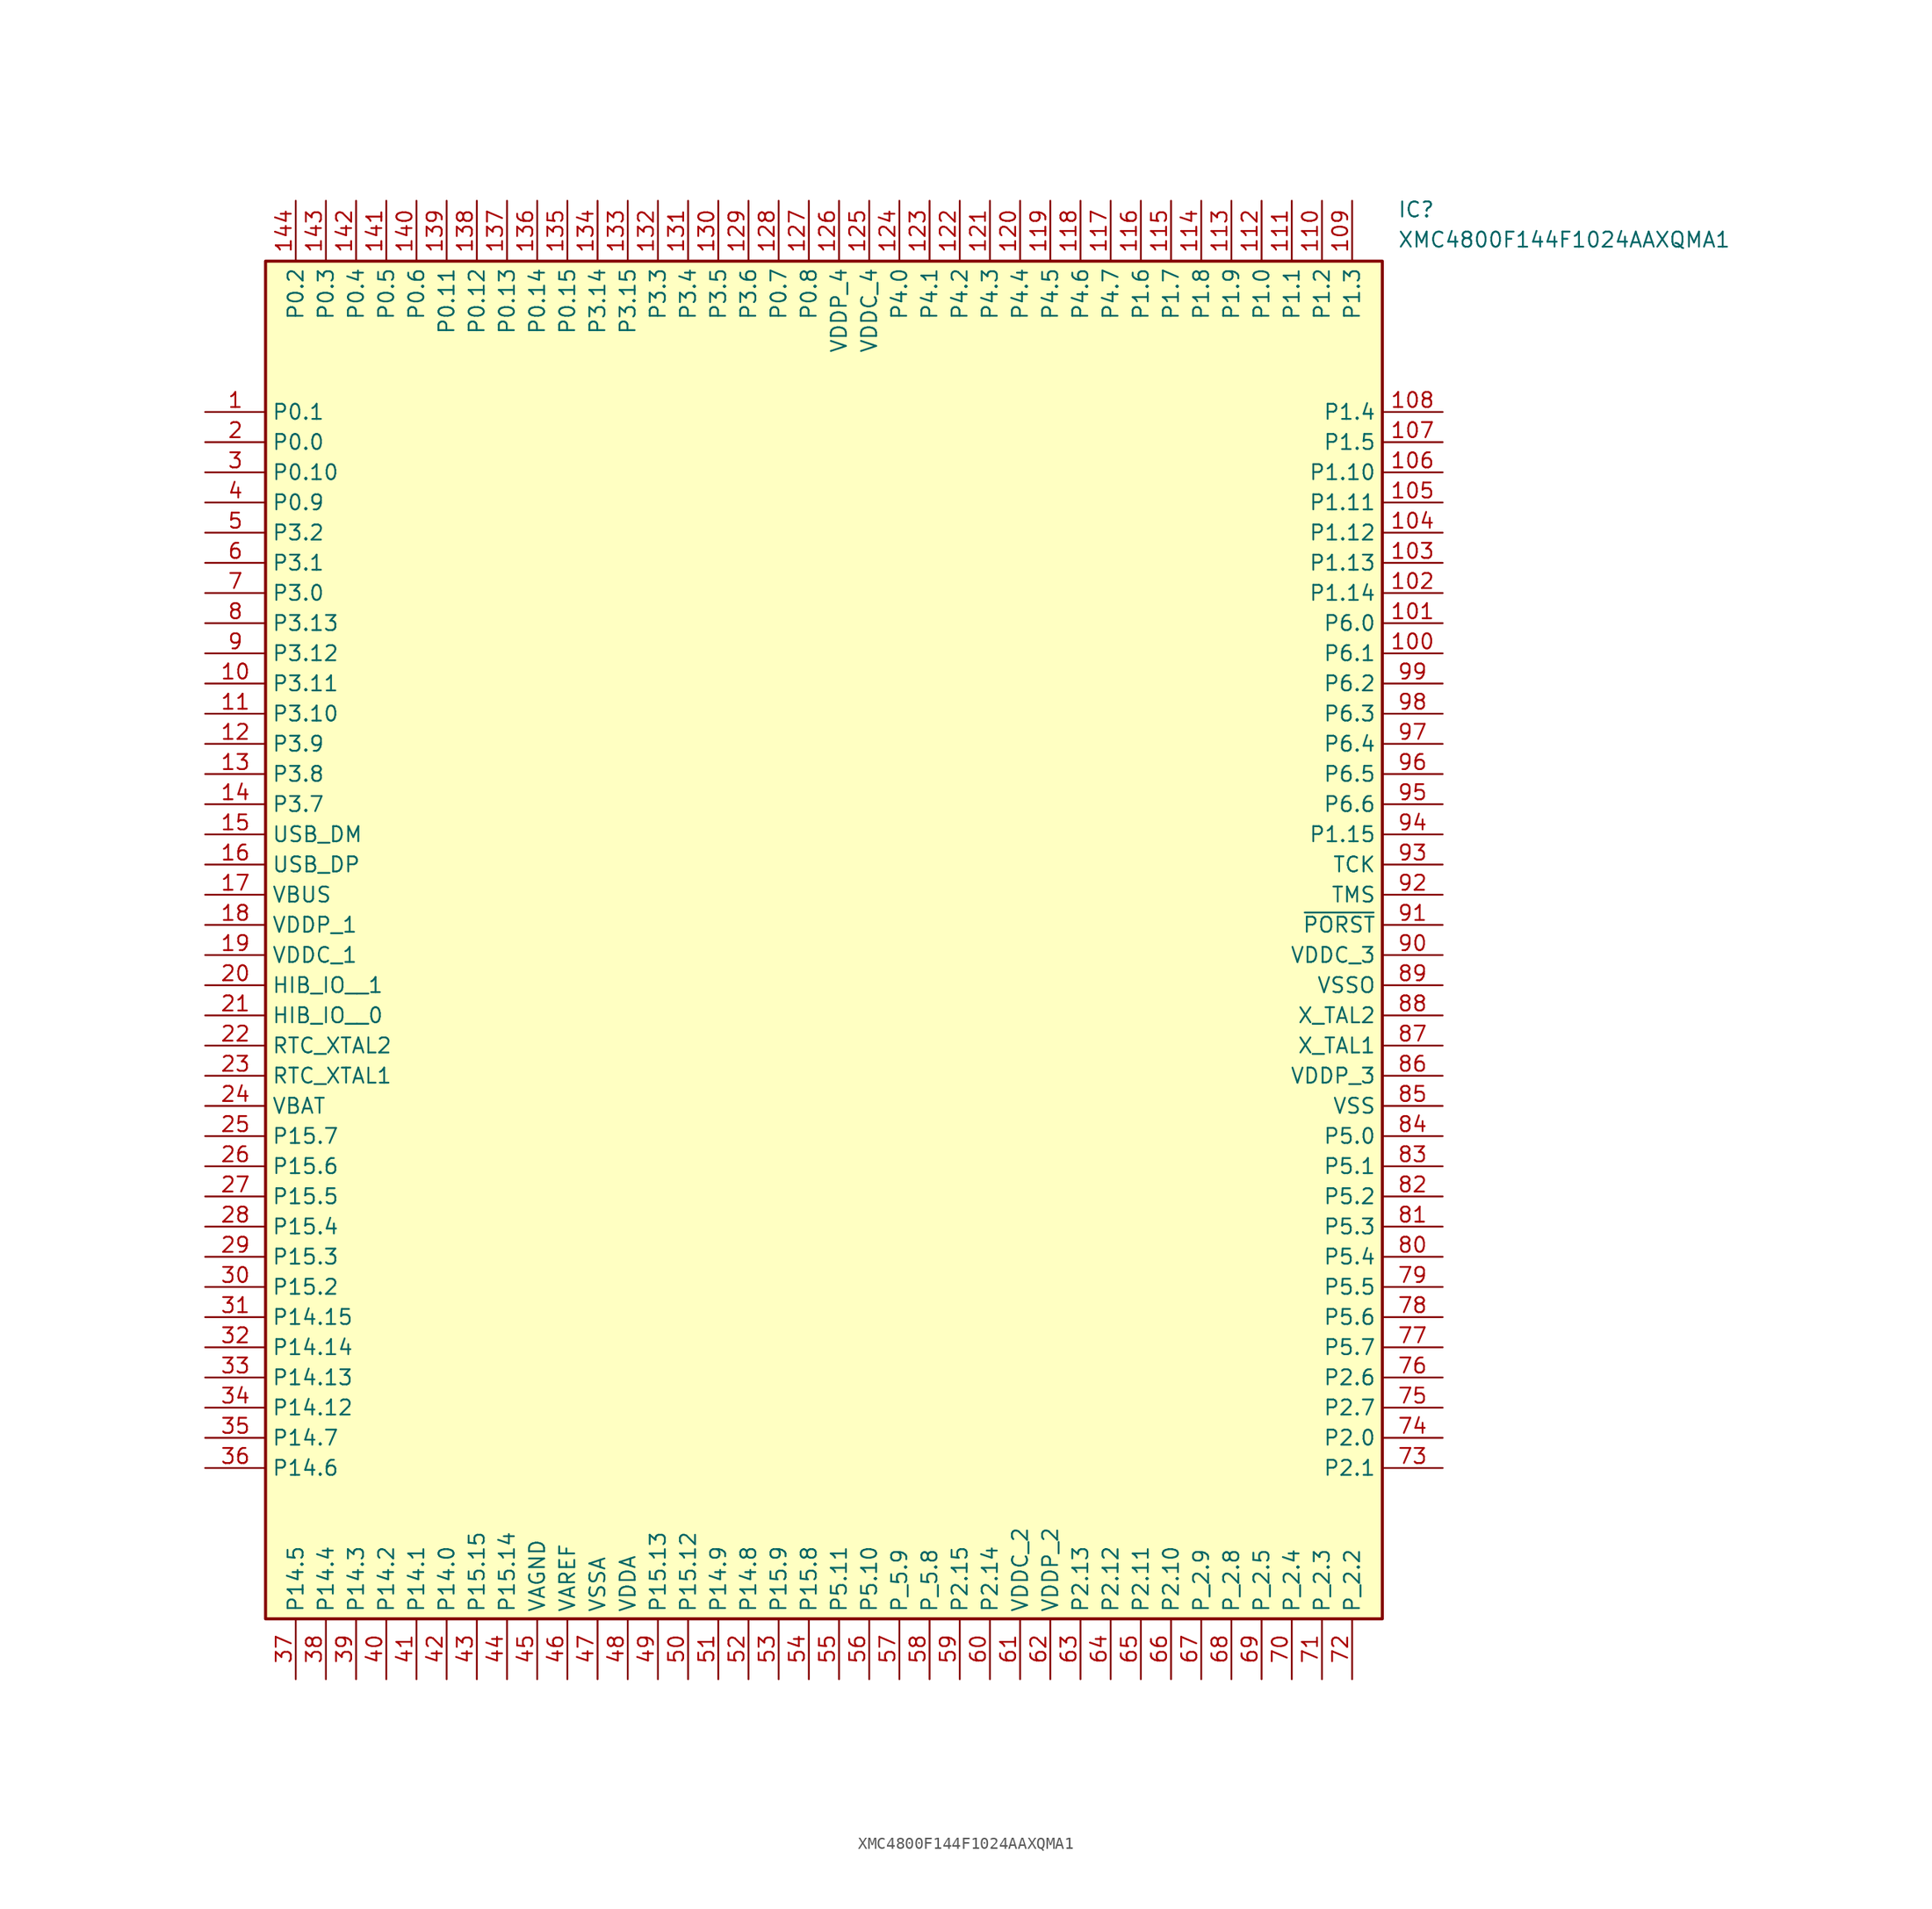
<source format=kicad_sym>
(kicad_symbol_lib
  (version 20231120)
  (generator "kicad_symbol_editor")
  (generator_version "8.0")
  (symbol "XMC4800F144F1024AAXQMA1"
    (property "Reference" "IC"
      (at 100.33 17.78 0)
      (effects (font (size 1.27 1.27)) (justify left top)))
    (property "Value" "XMC4800F144F1024AAXQMA1"
      (at 100.33 15.24 0)
      (effects (font (size 1.27 1.27)) (justify left top)))
    (symbol "XMC4800F144F1024AAXQMA1_1_1"
      (rectangle (start 5.08 12.7) (end 99.06 -101.6) (stroke (width 0.254) (type default)) (fill (type background)))
      (pin passive line (at 0 0 0) (length 5.08) (name "P0.1" (effects (font (size 1.27 1.27)))) (number "1" (effects (font (size 1.27 1.27)))))
      (pin passive line (at 0 -22.86 0) (length 5.08) (name "P3.11" (effects (font (size 1.27 1.27)))) (number "10" (effects (font (size 1.27 1.27)))))
      (pin passive line (at 104.14 -20.32 180) (length 5.08) (name "P6.1" (effects (font (size 1.27 1.27)))) (number "100" (effects (font (size 1.27 1.27)))))
      (pin passive line (at 104.14 -17.78 180) (length 5.08) (name "P6.0" (effects (font (size 1.27 1.27)))) (number "101" (effects (font (size 1.27 1.27)))))
      (pin passive line (at 104.14 -15.24 180) (length 5.08) (name "P1.14" (effects (font (size 1.27 1.27)))) (number "102" (effects (font (size 1.27 1.27)))))
      (pin passive line (at 104.14 -12.7 180) (length 5.08) (name "P1.13" (effects (font (size 1.27 1.27)))) (number "103" (effects (font (size 1.27 1.27)))))
      (pin passive line (at 104.14 -10.16 180) (length 5.08) (name "P1.12" (effects (font (size 1.27 1.27)))) (number "104" (effects (font (size 1.27 1.27)))))
      (pin passive line (at 104.14 -7.62 180) (length 5.08) (name "P1.11" (effects (font (size 1.27 1.27)))) (number "105" (effects (font (size 1.27 1.27)))))
      (pin passive line (at 104.14 -5.08 180) (length 5.08) (name "P1.10" (effects (font (size 1.27 1.27)))) (number "106" (effects (font (size 1.27 1.27)))))
      (pin passive line (at 104.14 -2.54 180) (length 5.08) (name "P1.5" (effects (font (size 1.27 1.27)))) (number "107" (effects (font (size 1.27 1.27)))))
      (pin passive line (at 104.14 0 180) (length 5.08) (name "P1.4" (effects (font (size 1.27 1.27)))) (number "108" (effects (font (size 1.27 1.27)))))
      (pin passive line (at 96.52 17.78 270) (length 5.08) (name "P1.3" (effects (font (size 1.27 1.27)))) (number "109" (effects (font (size 1.27 1.27)))))
      (pin passive line (at 0 -25.4 0) (length 5.08) (name "P3.10" (effects (font (size 1.27 1.27)))) (number "11" (effects (font (size 1.27 1.27)))))
      (pin passive line (at 93.98 17.78 270) (length 5.08) (name "P1.2" (effects (font (size 1.27 1.27)))) (number "110" (effects (font (size 1.27 1.27)))))
      (pin passive line (at 91.44 17.78 270) (length 5.08) (name "P1.1" (effects (font (size 1.27 1.27)))) (number "111" (effects (font (size 1.27 1.27)))))
      (pin passive line (at 88.9 17.78 270) (length 5.08) (name "P1.0" (effects (font (size 1.27 1.27)))) (number "112" (effects (font (size 1.27 1.27)))))
      (pin passive line (at 86.36 17.78 270) (length 5.08) (name "P1.9" (effects (font (size 1.27 1.27)))) (number "113" (effects (font (size 1.27 1.27)))))
      (pin passive line (at 83.82 17.78 270) (length 5.08) (name "P1.8" (effects (font (size 1.27 1.27)))) (number "114" (effects (font (size 1.27 1.27)))))
      (pin passive line (at 81.28 17.78 270) (length 5.08) (name "P1.7" (effects (font (size 1.27 1.27)))) (number "115" (effects (font (size 1.27 1.27)))))
      (pin passive line (at 78.74 17.78 270) (length 5.08) (name "P1.6" (effects (font (size 1.27 1.27)))) (number "116" (effects (font (size 1.27 1.27)))))
      (pin passive line (at 76.2 17.78 270) (length 5.08) (name "P4.7" (effects (font (size 1.27 1.27)))) (number "117" (effects (font (size 1.27 1.27)))))
      (pin passive line (at 73.66 17.78 270) (length 5.08) (name "P4.6" (effects (font (size 1.27 1.27)))) (number "118" (effects (font (size 1.27 1.27)))))
      (pin passive line (at 71.12 17.78 270) (length 5.08) (name "P4.5" (effects (font (size 1.27 1.27)))) (number "119" (effects (font (size 1.27 1.27)))))
      (pin passive line (at 0 -27.94 0) (length 5.08) (name "P3.9" (effects (font (size 1.27 1.27)))) (number "12" (effects (font (size 1.27 1.27)))))
      (pin passive line (at 68.58 17.78 270) (length 5.08) (name "P4.4" (effects (font (size 1.27 1.27)))) (number "120" (effects (font (size 1.27 1.27)))))
      (pin passive line (at 66.04 17.78 270) (length 5.08) (name "P4.3" (effects (font (size 1.27 1.27)))) (number "121" (effects (font (size 1.27 1.27)))))
      (pin passive line (at 63.5 17.78 270) (length 5.08) (name "P4.2" (effects (font (size 1.27 1.27)))) (number "122" (effects (font (size 1.27 1.27)))))
      (pin passive line (at 60.96 17.78 270) (length 5.08) (name "P4.1" (effects (font (size 1.27 1.27)))) (number "123" (effects (font (size 1.27 1.27)))))
      (pin passive line (at 58.42 17.78 270) (length 5.08) (name "P4.0" (effects (font (size 1.27 1.27)))) (number "124" (effects (font (size 1.27 1.27)))))
      (pin passive line (at 55.88 17.78 270) (length 5.08) (name "VDDC_4" (effects (font (size 1.27 1.27)))) (number "125" (effects (font (size 1.27 1.27)))))
      (pin passive line (at 53.34 17.78 270) (length 5.08) (name "VDDP_4" (effects (font (size 1.27 1.27)))) (number "126" (effects (font (size 1.27 1.27)))))
      (pin passive line (at 50.8 17.78 270) (length 5.08) (name "P0.8" (effects (font (size 1.27 1.27)))) (number "127" (effects (font (size 1.27 1.27)))))
      (pin passive line (at 48.26 17.78 270) (length 5.08) (name "P0.7" (effects (font (size 1.27 1.27)))) (number "128" (effects (font (size 1.27 1.27)))))
      (pin passive line (at 45.72 17.78 270) (length 5.08) (name "P3.6" (effects (font (size 1.27 1.27)))) (number "129" (effects (font (size 1.27 1.27)))))
      (pin passive line (at 0 -30.48 0) (length 5.08) (name "P3.8" (effects (font (size 1.27 1.27)))) (number "13" (effects (font (size 1.27 1.27)))))
      (pin passive line (at 43.18 17.78 270) (length 5.08) (name "P3.5" (effects (font (size 1.27 1.27)))) (number "130" (effects (font (size 1.27 1.27)))))
      (pin passive line (at 40.64 17.78 270) (length 5.08) (name "P3.4" (effects (font (size 1.27 1.27)))) (number "131" (effects (font (size 1.27 1.27)))))
      (pin passive line (at 38.1 17.78 270) (length 5.08) (name "P3.3" (effects (font (size 1.27 1.27)))) (number "132" (effects (font (size 1.27 1.27)))))
      (pin passive line (at 35.56 17.78 270) (length 5.08) (name "P3.15" (effects (font (size 1.27 1.27)))) (number "133" (effects (font (size 1.27 1.27)))))
      (pin passive line (at 33.02 17.78 270) (length 5.08) (name "P3.14" (effects (font (size 1.27 1.27)))) (number "134" (effects (font (size 1.27 1.27)))))
      (pin passive line (at 30.48 17.78 270) (length 5.08) (name "P0.15" (effects (font (size 1.27 1.27)))) (number "135" (effects (font (size 1.27 1.27)))))
      (pin passive line (at 27.94 17.78 270) (length 5.08) (name "P0.14" (effects (font (size 1.27 1.27)))) (number "136" (effects (font (size 1.27 1.27)))))
      (pin passive line (at 25.4 17.78 270) (length 5.08) (name "P0.13" (effects (font (size 1.27 1.27)))) (number "137" (effects (font (size 1.27 1.27)))))
      (pin passive line (at 22.86 17.78 270) (length 5.08) (name "P0.12" (effects (font (size 1.27 1.27)))) (number "138" (effects (font (size 1.27 1.27)))))
      (pin passive line (at 20.32 17.78 270) (length 5.08) (name "P0.11" (effects (font (size 1.27 1.27)))) (number "139" (effects (font (size 1.27 1.27)))))
      (pin passive line (at 0 -33.02 0) (length 5.08) (name "P3.7" (effects (font (size 1.27 1.27)))) (number "14" (effects (font (size 1.27 1.27)))))
      (pin passive line (at 17.78 17.78 270) (length 5.08) (name "P0.6" (effects (font (size 1.27 1.27)))) (number "140" (effects (font (size 1.27 1.27)))))
      (pin passive line (at 15.24 17.78 270) (length 5.08) (name "P0.5" (effects (font (size 1.27 1.27)))) (number "141" (effects (font (size 1.27 1.27)))))
      (pin passive line (at 12.7 17.78 270) (length 5.08) (name "P0.4" (effects (font (size 1.27 1.27)))) (number "142" (effects (font (size 1.27 1.27)))))
      (pin passive line (at 10.16 17.78 270) (length 5.08) (name "P0.3" (effects (font (size 1.27 1.27)))) (number "143" (effects (font (size 1.27 1.27)))))
      (pin passive line (at 7.62 17.78 270) (length 5.08) (name "P0.2" (effects (font (size 1.27 1.27)))) (number "144" (effects (font (size 1.27 1.27)))))
      (pin passive line (at 0 -35.56 0) (length 5.08) (name "USB_DM" (effects (font (size 1.27 1.27)))) (number "15" (effects (font (size 1.27 1.27)))))
      (pin passive line (at 0 -38.1 0) (length 5.08) (name "USB_DP" (effects (font (size 1.27 1.27)))) (number "16" (effects (font (size 1.27 1.27)))))
      (pin passive line (at 0 -40.64 0) (length 5.08) (name "VBUS" (effects (font (size 1.27 1.27)))) (number "17" (effects (font (size 1.27 1.27)))))
      (pin passive line (at 0 -43.18 0) (length 5.08) (name "VDDP_1" (effects (font (size 1.27 1.27)))) (number "18" (effects (font (size 1.27 1.27)))))
      (pin passive line (at 0 -45.72 0) (length 5.08) (name "VDDC_1" (effects (font (size 1.27 1.27)))) (number "19" (effects (font (size 1.27 1.27)))))
      (pin passive line (at 0 -2.54 0) (length 5.08) (name "P0.0" (effects (font (size 1.27 1.27)))) (number "2" (effects (font (size 1.27 1.27)))))
      (pin passive line (at 0 -48.26 0) (length 5.08) (name "HIB_IO__1" (effects (font (size 1.27 1.27)))) (number "20" (effects (font (size 1.27 1.27)))))
      (pin passive line (at 0 -50.8 0) (length 5.08) (name "HIB_IO__0" (effects (font (size 1.27 1.27)))) (number "21" (effects (font (size 1.27 1.27)))))
      (pin passive line (at 0 -53.34 0) (length 5.08) (name "RTC_XTAL2" (effects (font (size 1.27 1.27)))) (number "22" (effects (font (size 1.27 1.27)))))
      (pin passive line (at 0 -55.88 0) (length 5.08) (name "RTC_XTAL1" (effects (font (size 1.27 1.27)))) (number "23" (effects (font (size 1.27 1.27)))))
      (pin passive line (at 0 -58.42 0) (length 5.08) (name "VBAT" (effects (font (size 1.27 1.27)))) (number "24" (effects (font (size 1.27 1.27)))))
      (pin passive line (at 0 -60.96 0) (length 5.08) (name "P15.7" (effects (font (size 1.27 1.27)))) (number "25" (effects (font (size 1.27 1.27)))))
      (pin passive line (at 0 -63.5 0) (length 5.08) (name "P15.6" (effects (font (size 1.27 1.27)))) (number "26" (effects (font (size 1.27 1.27)))))
      (pin passive line (at 0 -66.04 0) (length 5.08) (name "P15.5" (effects (font (size 1.27 1.27)))) (number "27" (effects (font (size 1.27 1.27)))))
      (pin passive line (at 0 -68.58 0) (length 5.08) (name "P15.4" (effects (font (size 1.27 1.27)))) (number "28" (effects (font (size 1.27 1.27)))))
      (pin passive line (at 0 -71.12 0) (length 5.08) (name "P15.3" (effects (font (size 1.27 1.27)))) (number "29" (effects (font (size 1.27 1.27)))))
      (pin passive line (at 0 -5.08 0) (length 5.08) (name "P0.10" (effects (font (size 1.27 1.27)))) (number "3" (effects (font (size 1.27 1.27)))))
      (pin passive line (at 0 -73.66 0) (length 5.08) (name "P15.2" (effects (font (size 1.27 1.27)))) (number "30" (effects (font (size 1.27 1.27)))))
      (pin passive line (at 0 -76.2 0) (length 5.08) (name "P14.15" (effects (font (size 1.27 1.27)))) (number "31" (effects (font (size 1.27 1.27)))))
      (pin passive line (at 0 -78.74 0) (length 5.08) (name "P14.14" (effects (font (size 1.27 1.27)))) (number "32" (effects (font (size 1.27 1.27)))))
      (pin passive line (at 0 -81.28 0) (length 5.08) (name "P14.13" (effects (font (size 1.27 1.27)))) (number "33" (effects (font (size 1.27 1.27)))))
      (pin passive line (at 0 -83.82 0) (length 5.08) (name "P14.12" (effects (font (size 1.27 1.27)))) (number "34" (effects (font (size 1.27 1.27)))))
      (pin passive line (at 0 -86.36 0) (length 5.08) (name "P14.7" (effects (font (size 1.27 1.27)))) (number "35" (effects (font (size 1.27 1.27)))))
      (pin passive line (at 0 -88.9 0) (length 5.08) (name "P14.6" (effects (font (size 1.27 1.27)))) (number "36" (effects (font (size 1.27 1.27)))))
      (pin passive line (at 7.62 -106.68 90) (length 5.08) (name "P14.5" (effects (font (size 1.27 1.27)))) (number "37" (effects (font (size 1.27 1.27)))))
      (pin passive line (at 10.16 -106.68 90) (length 5.08) (name "P14.4" (effects (font (size 1.27 1.27)))) (number "38" (effects (font (size 1.27 1.27)))))
      (pin passive line (at 12.7 -106.68 90) (length 5.08) (name "P14.3" (effects (font (size 1.27 1.27)))) (number "39" (effects (font (size 1.27 1.27)))))
      (pin passive line (at 0 -7.62 0) (length 5.08) (name "P0.9" (effects (font (size 1.27 1.27)))) (number "4" (effects (font (size 1.27 1.27)))))
      (pin passive line (at 15.24 -106.68 90) (length 5.08) (name "P14.2" (effects (font (size 1.27 1.27)))) (number "40" (effects (font (size 1.27 1.27)))))
      (pin passive line (at 17.78 -106.68 90) (length 5.08) (name "P14.1" (effects (font (size 1.27 1.27)))) (number "41" (effects (font (size 1.27 1.27)))))
      (pin passive line (at 20.32 -106.68 90) (length 5.08) (name "P14.0" (effects (font (size 1.27 1.27)))) (number "42" (effects (font (size 1.27 1.27)))))
      (pin passive line (at 22.86 -106.68 90) (length 5.08) (name "P15.15" (effects (font (size 1.27 1.27)))) (number "43" (effects (font (size 1.27 1.27)))))
      (pin passive line (at 25.4 -106.68 90) (length 5.08) (name "P15.14" (effects (font (size 1.27 1.27)))) (number "44" (effects (font (size 1.27 1.27)))))
      (pin passive line (at 27.94 -106.68 90) (length 5.08) (name "VAGND" (effects (font (size 1.27 1.27)))) (number "45" (effects (font (size 1.27 1.27)))))
      (pin passive line (at 30.48 -106.68 90) (length 5.08) (name "VAREF" (effects (font (size 1.27 1.27)))) (number "46" (effects (font (size 1.27 1.27)))))
      (pin passive line (at 33.02 -106.68 90) (length 5.08) (name "VSSA" (effects (font (size 1.27 1.27)))) (number "47" (effects (font (size 1.27 1.27)))))
      (pin passive line (at 35.56 -106.68 90) (length 5.08) (name "VDDA" (effects (font (size 1.27 1.27)))) (number "48" (effects (font (size 1.27 1.27)))))
      (pin passive line (at 38.1 -106.68 90) (length 5.08) (name "P15.13" (effects (font (size 1.27 1.27)))) (number "49" (effects (font (size 1.27 1.27)))))
      (pin passive line (at 0 -10.16 0) (length 5.08) (name "P3.2" (effects (font (size 1.27 1.27)))) (number "5" (effects (font (size 1.27 1.27)))))
      (pin passive line (at 40.64 -106.68 90) (length 5.08) (name "P15.12" (effects (font (size 1.27 1.27)))) (number "50" (effects (font (size 1.27 1.27)))))
      (pin passive line (at 43.18 -106.68 90) (length 5.08) (name "P14.9" (effects (font (size 1.27 1.27)))) (number "51" (effects (font (size 1.27 1.27)))))
      (pin passive line (at 45.72 -106.68 90) (length 5.08) (name "P14.8" (effects (font (size 1.27 1.27)))) (number "52" (effects (font (size 1.27 1.27)))))
      (pin passive line (at 48.26 -106.68 90) (length 5.08) (name "P15.9" (effects (font (size 1.27 1.27)))) (number "53" (effects (font (size 1.27 1.27)))))
      (pin passive line (at 50.8 -106.68 90) (length 5.08) (name "P15.8" (effects (font (size 1.27 1.27)))) (number "54" (effects (font (size 1.27 1.27)))))
      (pin passive line (at 53.34 -106.68 90) (length 5.08) (name "P5.11" (effects (font (size 1.27 1.27)))) (number "55" (effects (font (size 1.27 1.27)))))
      (pin passive line (at 55.88 -106.68 90) (length 5.08) (name "P5.10" (effects (font (size 1.27 1.27)))) (number "56" (effects (font (size 1.27 1.27)))))
      (pin passive line (at 58.42 -106.68 90) (length 5.08) (name "P_5.9" (effects (font (size 1.27 1.27)))) (number "57" (effects (font (size 1.27 1.27)))))
      (pin passive line (at 60.96 -106.68 90) (length 5.08) (name "P_5.8" (effects (font (size 1.27 1.27)))) (number "58" (effects (font (size 1.27 1.27)))))
      (pin passive line (at 63.5 -106.68 90) (length 5.08) (name "P2.15" (effects (font (size 1.27 1.27)))) (number "59" (effects (font (size 1.27 1.27)))))
      (pin passive line (at 0 -12.7 0) (length 5.08) (name "P3.1" (effects (font (size 1.27 1.27)))) (number "6" (effects (font (size 1.27 1.27)))))
      (pin passive line (at 66.04 -106.68 90) (length 5.08) (name "P2.14" (effects (font (size 1.27 1.27)))) (number "60" (effects (font (size 1.27 1.27)))))
      (pin passive line (at 68.58 -106.68 90) (length 5.08) (name "VDDC_2" (effects (font (size 1.27 1.27)))) (number "61" (effects (font (size 1.27 1.27)))))
      (pin passive line (at 71.12 -106.68 90) (length 5.08) (name "VDDP_2" (effects (font (size 1.27 1.27)))) (number "62" (effects (font (size 1.27 1.27)))))
      (pin passive line (at 73.66 -106.68 90) (length 5.08) (name "P2.13" (effects (font (size 1.27 1.27)))) (number "63" (effects (font (size 1.27 1.27)))))
      (pin passive line (at 76.2 -106.68 90) (length 5.08) (name "P2.12" (effects (font (size 1.27 1.27)))) (number "64" (effects (font (size 1.27 1.27)))))
      (pin passive line (at 78.74 -106.68 90) (length 5.08) (name "P2.11" (effects (font (size 1.27 1.27)))) (number "65" (effects (font (size 1.27 1.27)))))
      (pin passive line (at 81.28 -106.68 90) (length 5.08) (name "P2.10" (effects (font (size 1.27 1.27)))) (number "66" (effects (font (size 1.27 1.27)))))
      (pin passive line (at 83.82 -106.68 90) (length 5.08) (name "P_2.9" (effects (font (size 1.27 1.27)))) (number "67" (effects (font (size 1.27 1.27)))))
      (pin passive line (at 86.36 -106.68 90) (length 5.08) (name "P_2.8" (effects (font (size 1.27 1.27)))) (number "68" (effects (font (size 1.27 1.27)))))
      (pin passive line (at 88.9 -106.68 90) (length 5.08) (name "P_2.5" (effects (font (size 1.27 1.27)))) (number "69" (effects (font (size 1.27 1.27)))))
      (pin passive line (at 0 -15.24 0) (length 5.08) (name "P3.0" (effects (font (size 1.27 1.27)))) (number "7" (effects (font (size 1.27 1.27)))))
      (pin passive line (at 91.44 -106.68 90) (length 5.08) (name "P_2.4" (effects (font (size 1.27 1.27)))) (number "70" (effects (font (size 1.27 1.27)))))
      (pin passive line (at 93.98 -106.68 90) (length 5.08) (name "P_2.3" (effects (font (size 1.27 1.27)))) (number "71" (effects (font (size 1.27 1.27)))))
      (pin passive line (at 96.52 -106.68 90) (length 5.08) (name "P_2.2" (effects (font (size 1.27 1.27)))) (number "72" (effects (font (size 1.27 1.27)))))
      (pin passive line (at 104.14 -88.9 180) (length 5.08) (name "P2.1" (effects (font (size 1.27 1.27)))) (number "73" (effects (font (size 1.27 1.27)))))
      (pin passive line (at 104.14 -86.36 180) (length 5.08) (name "P2.0" (effects (font (size 1.27 1.27)))) (number "74" (effects (font (size 1.27 1.27)))))
      (pin passive line (at 104.14 -83.82 180) (length 5.08) (name "P2.7" (effects (font (size 1.27 1.27)))) (number "75" (effects (font (size 1.27 1.27)))))
      (pin passive line (at 104.14 -81.28 180) (length 5.08) (name "P2.6" (effects (font (size 1.27 1.27)))) (number "76" (effects (font (size 1.27 1.27)))))
      (pin passive line (at 104.14 -78.74 180) (length 5.08) (name "P5.7" (effects (font (size 1.27 1.27)))) (number "77" (effects (font (size 1.27 1.27)))))
      (pin passive line (at 104.14 -76.2 180) (length 5.08) (name "P5.6" (effects (font (size 1.27 1.27)))) (number "78" (effects (font (size 1.27 1.27)))))
      (pin passive line (at 104.14 -73.66 180) (length 5.08) (name "P5.5" (effects (font (size 1.27 1.27)))) (number "79" (effects (font (size 1.27 1.27)))))
      (pin passive line (at 0 -17.78 0) (length 5.08) (name "P3.13" (effects (font (size 1.27 1.27)))) (number "8" (effects (font (size 1.27 1.27)))))
      (pin passive line (at 104.14 -71.12 180) (length 5.08) (name "P5.4" (effects (font (size 1.27 1.27)))) (number "80" (effects (font (size 1.27 1.27)))))
      (pin passive line (at 104.14 -68.58 180) (length 5.08) (name "P5.3" (effects (font (size 1.27 1.27)))) (number "81" (effects (font (size 1.27 1.27)))))
      (pin passive line (at 104.14 -66.04 180) (length 5.08) (name "P5.2" (effects (font (size 1.27 1.27)))) (number "82" (effects (font (size 1.27 1.27)))))
      (pin passive line (at 104.14 -63.5 180) (length 5.08) (name "P5.1" (effects (font (size 1.27 1.27)))) (number "83" (effects (font (size 1.27 1.27)))))
      (pin passive line (at 104.14 -60.96 180) (length 5.08) (name "P5.0" (effects (font (size 1.27 1.27)))) (number "84" (effects (font (size 1.27 1.27)))))
      (pin passive line (at 104.14 -58.42 180) (length 5.08) (name "VSS" (effects (font (size 1.27 1.27)))) (number "85" (effects (font (size 1.27 1.27)))))
      (pin passive line (at 104.14 -55.88 180) (length 5.08) (name "VDDP_3" (effects (font (size 1.27 1.27)))) (number "86" (effects (font (size 1.27 1.27)))))
      (pin passive line (at 104.14 -53.34 180) (length 5.08) (name "X_TAL1" (effects (font (size 1.27 1.27)))) (number "87" (effects (font (size 1.27 1.27)))))
      (pin passive line (at 104.14 -50.8 180) (length 5.08) (name "X_TAL2" (effects (font (size 1.27 1.27)))) (number "88" (effects (font (size 1.27 1.27)))))
      (pin passive line (at 104.14 -48.26 180) (length 5.08) (name "VSSO" (effects (font (size 1.27 1.27)))) (number "89" (effects (font (size 1.27 1.27)))))
      (pin passive line (at 0 -20.32 0) (length 5.08) (name "P3.12" (effects (font (size 1.27 1.27)))) (number "9" (effects (font (size 1.27 1.27)))))
      (pin passive line (at 104.14 -45.72 180) (length 5.08) (name "VDDC_3" (effects (font (size 1.27 1.27)))) (number "90" (effects (font (size 1.27 1.27)))))
      (pin passive line (at 104.14 -43.18 180) (length 5.08) (name "~{PORST}" (effects (font (size 1.27 1.27)))) (number "91" (effects (font (size 1.27 1.27)))))
      (pin passive line (at 104.14 -40.64 180) (length 5.08) (name "TMS" (effects (font (size 1.27 1.27)))) (number "92" (effects (font (size 1.27 1.27)))))
      (pin passive line (at 104.14 -38.1 180) (length 5.08) (name "TCK" (effects (font (size 1.27 1.27)))) (number "93" (effects (font (size 1.27 1.27)))))
      (pin passive line (at 104.14 -35.56 180) (length 5.08) (name "P1.15" (effects (font (size 1.27 1.27)))) (number "94" (effects (font (size 1.27 1.27)))))
      (pin passive line (at 104.14 -33.02 180) (length 5.08) (name "P6.6" (effects (font (size 1.27 1.27)))) (number "95" (effects (font (size 1.27 1.27)))))
      (pin passive line (at 104.14 -30.48 180) (length 5.08) (name "P6.5" (effects (font (size 1.27 1.27)))) (number "96" (effects (font (size 1.27 1.27)))))
      (pin passive line (at 104.14 -27.94 180) (length 5.08) (name "P6.4" (effects (font (size 1.27 1.27)))) (number "97" (effects (font (size 1.27 1.27)))))
      (pin passive line (at 104.14 -25.4 180) (length 5.08) (name "P6.3" (effects (font (size 1.27 1.27)))) (number "98" (effects (font (size 1.27 1.27)))))
      (pin passive line (at 104.14 -22.86 180) (length 5.08) (name "P6.2" (effects (font (size 1.27 1.27)))) (number "99" (effects (font (size 1.27 1.27))))))))
</source>
